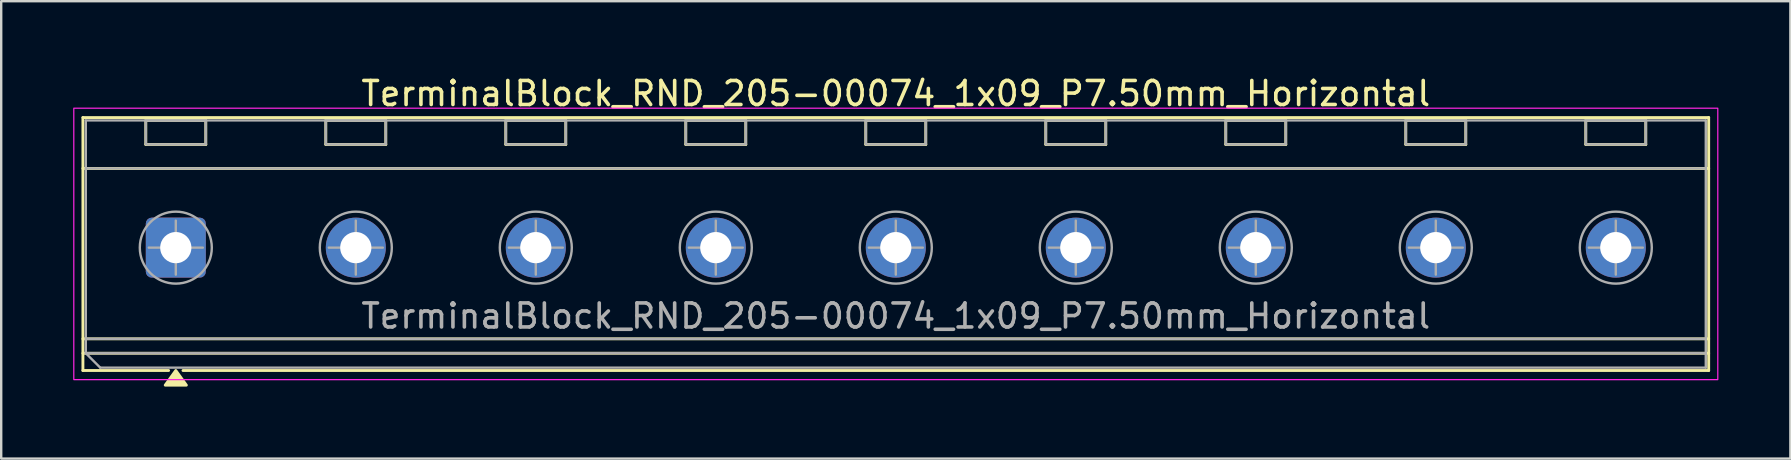
<source format=kicad_pcb>
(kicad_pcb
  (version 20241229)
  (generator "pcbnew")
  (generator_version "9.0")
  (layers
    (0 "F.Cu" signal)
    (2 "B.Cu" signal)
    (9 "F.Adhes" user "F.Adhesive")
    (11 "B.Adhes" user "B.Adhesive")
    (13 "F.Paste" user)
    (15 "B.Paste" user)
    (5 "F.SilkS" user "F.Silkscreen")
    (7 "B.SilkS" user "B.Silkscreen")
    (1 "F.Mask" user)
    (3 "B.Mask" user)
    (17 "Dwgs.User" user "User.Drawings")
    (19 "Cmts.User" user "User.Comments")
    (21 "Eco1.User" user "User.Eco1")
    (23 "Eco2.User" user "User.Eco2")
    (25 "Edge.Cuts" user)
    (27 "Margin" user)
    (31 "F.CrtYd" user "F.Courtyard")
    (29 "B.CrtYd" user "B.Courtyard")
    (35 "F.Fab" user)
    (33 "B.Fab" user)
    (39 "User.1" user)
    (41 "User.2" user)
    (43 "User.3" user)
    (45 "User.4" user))
  (footprint "TerminalBlock_RND_205-00074_1x09_P7.50mm_Horizontal"
    (layer "F.Cu")
    (at 4.275 7.268)
    (property "Reference" "TerminalBlock_RND_205-00074_1x09_P7.50mm_Horizontal" (at 30 -6.42 0) (layer "F.SilkS") (effects (font (size 1 1) (thickness 0.15))))
    (attr through_hole)
    (fp_line (start -3.87 -5.42) (end 63.87 -5.42) (stroke (width 0.12) (type solid)) (layer "F.SilkS"))
    (fp_line (start -3.87 -3.3) (end 63.87 -3.3) (stroke (width 0.12) (type solid)) (layer "F.SilkS"))
    (fp_line (start -3.87 3.8) (end 63.87 3.8) (stroke (width 0.12) (type solid)) (layer "F.SilkS"))
    (fp_line (start -3.87 4.4) (end 63.87 4.4) (stroke (width 0.12) (type solid)) (layer "F.SilkS"))
    (fp_line (start -3.87 5.12) (end -3.87 -5.42) (stroke (width 0.12) (type solid)) (layer "F.SilkS"))
    (fp_line (start -1.25 -5.3) (end 1.25 -5.3) (stroke (width 0.12) (type solid)) (layer "F.SilkS"))
    (fp_line (start -1.25 -4.3) (end -1.25 -5.3) (stroke (width 0.12) (type solid)) (layer "F.SilkS"))
    (fp_line (start -0.3 5.12) (end -3.87 5.12) (stroke (width 0.12) (type solid)) (layer "F.SilkS"))
    (fp_line (start 1.25 -5.3) (end 1.25 -4.3) (stroke (width 0.12) (type solid)) (layer "F.SilkS"))
    (fp_line (start 1.25 -4.3) (end -1.25 -4.3) (stroke (width 0.12) (type solid)) (layer "F.SilkS"))
    (fp_line (start 6.25 -5.3) (end 8.75 -5.3) (stroke (width 0.12) (type solid)) (layer "F.SilkS"))
    (fp_line (start 6.25 -4.3) (end 6.25 -5.3) (stroke (width 0.12) (type solid)) (layer "F.SilkS"))
    (fp_line (start 8.75 -5.3) (end 8.75 -4.3) (stroke (width 0.12) (type solid)) (layer "F.SilkS"))
    (fp_line (start 8.75 -4.3) (end 6.25 -4.3) (stroke (width 0.12) (type solid)) (layer "F.SilkS"))
    (fp_line (start 13.75 -5.3) (end 16.25 -5.3) (stroke (width 0.12) (type solid)) (layer "F.SilkS"))
    (fp_line (start 13.75 -4.3) (end 13.75 -5.3) (stroke (width 0.12) (type solid)) (layer "F.SilkS"))
    (fp_line (start 16.25 -5.3) (end 16.25 -4.3) (stroke (width 0.12) (type solid)) (layer "F.SilkS"))
    (fp_line (start 16.25 -4.3) (end 13.75 -4.3) (stroke (width 0.12) (type solid)) (layer "F.SilkS"))
    (fp_line (start 21.25 -5.3) (end 23.75 -5.3) (stroke (width 0.12) (type solid)) (layer "F.SilkS"))
    (fp_line (start 21.25 -4.3) (end 21.25 -5.3) (stroke (width 0.12) (type solid)) (layer "F.SilkS"))
    (fp_line (start 23.75 -5.3) (end 23.75 -4.3) (stroke (width 0.12) (type solid)) (layer "F.SilkS"))
    (fp_line (start 23.75 -4.3) (end 21.25 -4.3) (stroke (width 0.12) (type solid)) (layer "F.SilkS"))
    (fp_line (start 28.75 -5.3) (end 31.25 -5.3) (stroke (width 0.12) (type solid)) (layer "F.SilkS"))
    (fp_line (start 28.75 -4.3) (end 28.75 -5.3) (stroke (width 0.12) (type solid)) (layer "F.SilkS"))
    (fp_line (start 31.25 -5.3) (end 31.25 -4.3) (stroke (width 0.12) (type solid)) (layer "F.SilkS"))
    (fp_line (start 31.25 -4.3) (end 28.75 -4.3) (stroke (width 0.12) (type solid)) (layer "F.SilkS"))
    (fp_line (start 36.25 -5.3) (end 38.75 -5.3) (stroke (width 0.12) (type solid)) (layer "F.SilkS"))
    (fp_line (start 36.25 -4.3) (end 36.25 -5.3) (stroke (width 0.12) (type solid)) (layer "F.SilkS"))
    (fp_line (start 38.75 -5.3) (end 38.75 -4.3) (stroke (width 0.12) (type solid)) (layer "F.SilkS"))
    (fp_line (start 38.75 -4.3) (end 36.25 -4.3) (stroke (width 0.12) (type solid)) (layer "F.SilkS"))
    (fp_line (start 43.75 -5.3) (end 46.25 -5.3) (stroke (width 0.12) (type solid)) (layer "F.SilkS"))
    (fp_line (start 43.75 -4.3) (end 43.75 -5.3) (stroke (width 0.12) (type solid)) (layer "F.SilkS"))
    (fp_line (start 46.25 -5.3) (end 46.25 -4.3) (stroke (width 0.12) (type solid)) (layer "F.SilkS"))
    (fp_line (start 46.25 -4.3) (end 43.75 -4.3) (stroke (width 0.12) (type solid)) (layer "F.SilkS"))
    (fp_line (start 51.25 -5.3) (end 53.75 -5.3) (stroke (width 0.12) (type solid)) (layer "F.SilkS"))
    (fp_line (start 51.25 -4.3) (end 51.25 -5.3) (stroke (width 0.12) (type solid)) (layer "F.SilkS"))
    (fp_line (start 53.75 -5.3) (end 53.75 -4.3) (stroke (width 0.12) (type solid)) (layer "F.SilkS"))
    (fp_line (start 53.75 -4.3) (end 51.25 -4.3) (stroke (width 0.12) (type solid)) (layer "F.SilkS"))
    (fp_line (start 58.75 -5.3) (end 61.25 -5.3) (stroke (width 0.12) (type solid)) (layer "F.SilkS"))
    (fp_line (start 58.75 -4.3) (end 58.75 -5.3) (stroke (width 0.12) (type solid)) (layer "F.SilkS"))
    (fp_line (start 61.25 -5.3) (end 61.25 -4.3) (stroke (width 0.12) (type solid)) (layer "F.SilkS"))
    (fp_line (start 61.25 -4.3) (end 58.75 -4.3) (stroke (width 0.12) (type solid)) (layer "F.SilkS"))
    (fp_line (start 63.87 -5.42) (end 63.87 5.12) (stroke (width 0.12) (type solid)) (layer "F.SilkS"))
    (fp_line (start 63.87 5.12) (end 0.3 5.12) (stroke (width 0.12) (type solid)) (layer "F.SilkS"))
    (fp_poly (pts (xy 0 5.12) (xy 0.44 5.73) (xy -0.44 5.73)) (stroke (width 0.12) (type solid)) (fill yes) (layer "F.SilkS"))
    (fp_rect (start -4.25 -5.81) (end 64.25 5.5) (stroke (width 0.05) (type solid)) (fill no) (layer "F.CrtYd"))
    (fp_line (start -3.75 -5.3) (end 63.75 -5.3) (stroke (width 0.1) (type solid)) (layer "F.Fab"))
    (fp_line (start -3.75 -3.3) (end 63.75 -3.3) (stroke (width 0.1) (type solid)) (layer "F.Fab"))
    (fp_line (start -3.75 3.8) (end 63.75 3.8) (stroke (width 0.1) (type solid)) (layer "F.Fab"))
    (fp_line (start -3.75 4.4) (end -3.75 -5.3) (stroke (width 0.1) (type solid)) (layer "F.Fab"))
    (fp_line (start -3.75 4.4) (end 63.75 4.4) (stroke (width 0.1) (type solid)) (layer "F.Fab"))
    (fp_line (start -3.15 5) (end -3.75 4.4) (stroke (width 0.1) (type solid)) (layer "F.Fab"))
    (fp_line (start -1.125 0) (end 1.125 0) (stroke (width 0.1) (type solid)) (layer "F.Fab"))
    (fp_line (start 0 -1.125) (end 0 1.125) (stroke (width 0.1) (type solid)) (layer "F.Fab"))
    (fp_line (start 6.375 0) (end 8.625 0) (stroke (width 0.1) (type solid)) (layer "F.Fab"))
    (fp_line (start 7.5 -1.125) (end 7.5 1.125) (stroke (width 0.1) (type solid)) (layer "F.Fab"))
    (fp_line (start 13.875 0) (end 16.125 0) (stroke (width 0.1) (type solid)) (layer "F.Fab"))
    (fp_line (start 15 -1.125) (end 15 1.125) (stroke (width 0.1) (type solid)) (layer "F.Fab"))
    (fp_line (start 21.375 0) (end 23.625 0) (stroke (width 0.1) (type solid)) (layer "F.Fab"))
    (fp_line (start 22.5 -1.125) (end 22.5 1.125) (stroke (width 0.1) (type solid)) (layer "F.Fab"))
    (fp_line (start 28.875 0) (end 31.125 0) (stroke (width 0.1) (type solid)) (layer "F.Fab"))
    (fp_line (start 30 -1.125) (end 30 1.125) (stroke (width 0.1) (type solid)) (layer "F.Fab"))
    (fp_line (start 36.375 0) (end 38.625 0) (stroke (width 0.1) (type solid)) (layer "F.Fab"))
    (fp_line (start 37.5 -1.125) (end 37.5 1.125) (stroke (width 0.1) (type solid)) (layer "F.Fab"))
    (fp_line (start 43.875 0) (end 46.125 0) (stroke (width 0.1) (type solid)) (layer "F.Fab"))
    (fp_line (start 45 -1.125) (end 45 1.125) (stroke (width 0.1) (type solid)) (layer "F.Fab"))
    (fp_line (start 51.375 0) (end 53.625 0) (stroke (width 0.1) (type solid)) (layer "F.Fab"))
    (fp_line (start 52.5 -1.125) (end 52.5 1.125) (stroke (width 0.1) (type solid)) (layer "F.Fab"))
    (fp_line (start 58.875 0) (end 61.125 0) (stroke (width 0.1) (type solid)) (layer "F.Fab"))
    (fp_line (start 60 -1.125) (end 60 1.125) (stroke (width 0.1) (type solid)) (layer "F.Fab"))
    (fp_line (start 63.75 -5.3) (end 63.75 5) (stroke (width 0.1) (type solid)) (layer "F.Fab"))
    (fp_line (start 63.75 5) (end -3.15 5) (stroke (width 0.1) (type solid)) (layer "F.Fab"))
    (fp_rect (start -1.25 -5.3) (end 1.25 -4.3) (stroke (width 0.1) (type solid)) (fill no) (layer "F.Fab"))
    (fp_rect (start 6.25 -5.3) (end 8.75 -4.3) (stroke (width 0.1) (type solid)) (fill no) (layer "F.Fab"))
    (fp_rect (start 13.75 -5.3) (end 16.25 -4.3) (stroke (width 0.1) (type solid)) (fill no) (layer "F.Fab"))
    (fp_rect (start 21.25 -5.3) (end 23.75 -4.3) (stroke (width 0.1) (type solid)) (fill no) (layer "F.Fab"))
    (fp_rect (start 28.75 -5.3) (end 31.25 -4.3) (stroke (width 0.1) (type solid)) (fill no) (layer "F.Fab"))
    (fp_rect (start 36.25 -5.3) (end 38.75 -4.3) (stroke (width 0.1) (type solid)) (fill no) (layer "F.Fab"))
    (fp_rect (start 43.75 -5.3) (end 46.25 -4.3) (stroke (width 0.1) (type solid)) (fill no) (layer "F.Fab"))
    (fp_rect (start 51.25 -5.3) (end 53.75 -4.3) (stroke (width 0.1) (type solid)) (fill no) (layer "F.Fab"))
    (fp_rect (start 58.75 -5.3) (end 61.25 -4.3) (stroke (width 0.1) (type solid)) (fill no) (layer "F.Fab"))
    (fp_circle (center 0 0) (end 1.5 0) (stroke (width 0.1) (type solid)) (fill no) (layer "F.Fab"))
    (fp_circle (center 7.5 0) (end 9 0) (stroke (width 0.1) (type solid)) (fill no) (layer "F.Fab"))
    (fp_circle (center 15 0) (end 16.5 0) (stroke (width 0.1) (type solid)) (fill no) (layer "F.Fab"))
    (fp_circle (center 22.5 0) (end 24 0) (stroke (width 0.1) (type solid)) (fill no) (layer "F.Fab"))
    (fp_circle (center 30 0) (end 31.5 0) (stroke (width 0.1) (type solid)) (fill no) (layer "F.Fab"))
    (fp_circle (center 37.5 0) (end 39 0) (stroke (width 0.1) (type solid)) (fill no) (layer "F.Fab"))
    (fp_circle (center 45 0) (end 46.5 0) (stroke (width 0.1) (type solid)) (fill no) (layer "F.Fab"))
    (fp_circle (center 52.5 0) (end 54 0) (stroke (width 0.1) (type solid)) (fill no) (layer "F.Fab"))
    (fp_circle (center 60 0) (end 61.5 0) (stroke (width 0.1) (type solid)) (fill no) (layer "F.Fab"))
    (fp_text user "${REFERENCE}" (at 30 2.85 0) (layer "F.Fab") (effects (font (size 1 1) (thickness 0.15))))
    (pad "1" thru_hole roundrect (at 0 0) (size 2.5 2.5) (drill 1.3) (layers "*.Cu" "*.Mask") (roundrect_rratio 0.1))
    (pad "2" thru_hole circle (at 7.5 0) (size 2.5 2.5) (drill 1.3) (layers "*.Cu" "*.Mask"))
    (pad "3" thru_hole circle (at 15 0) (size 2.5 2.5) (drill 1.3) (layers "*.Cu" "*.Mask"))
    (pad "4" thru_hole circle (at 22.5 0) (size 2.5 2.5) (drill 1.3) (layers "*.Cu" "*.Mask"))
    (pad "5" thru_hole circle (at 30 0) (size 2.5 2.5) (drill 1.3) (layers "*.Cu" "*.Mask"))
    (pad "6" thru_hole circle (at 37.5 0) (size 2.5 2.5) (drill 1.3) (layers "*.Cu" "*.Mask"))
    (pad "7" thru_hole circle (at 45 0) (size 2.5 2.5) (drill 1.3) (layers "*.Cu" "*.Mask"))
    (pad "8" thru_hole circle (at 52.5 0) (size 2.5 2.5) (drill 1.3) (layers "*.Cu" "*.Mask"))
    (pad "9" thru_hole circle (at 60 0) (size 2.5 2.5) (drill 1.3) (layers "*.Cu" "*.Mask")))
  (gr_rect
    (start -3 -3)
    (end 71.55 16.058)
    (stroke (width 0.1) (type default))
    (fill no)
    (layer "Edge.Cuts")))
</source>
